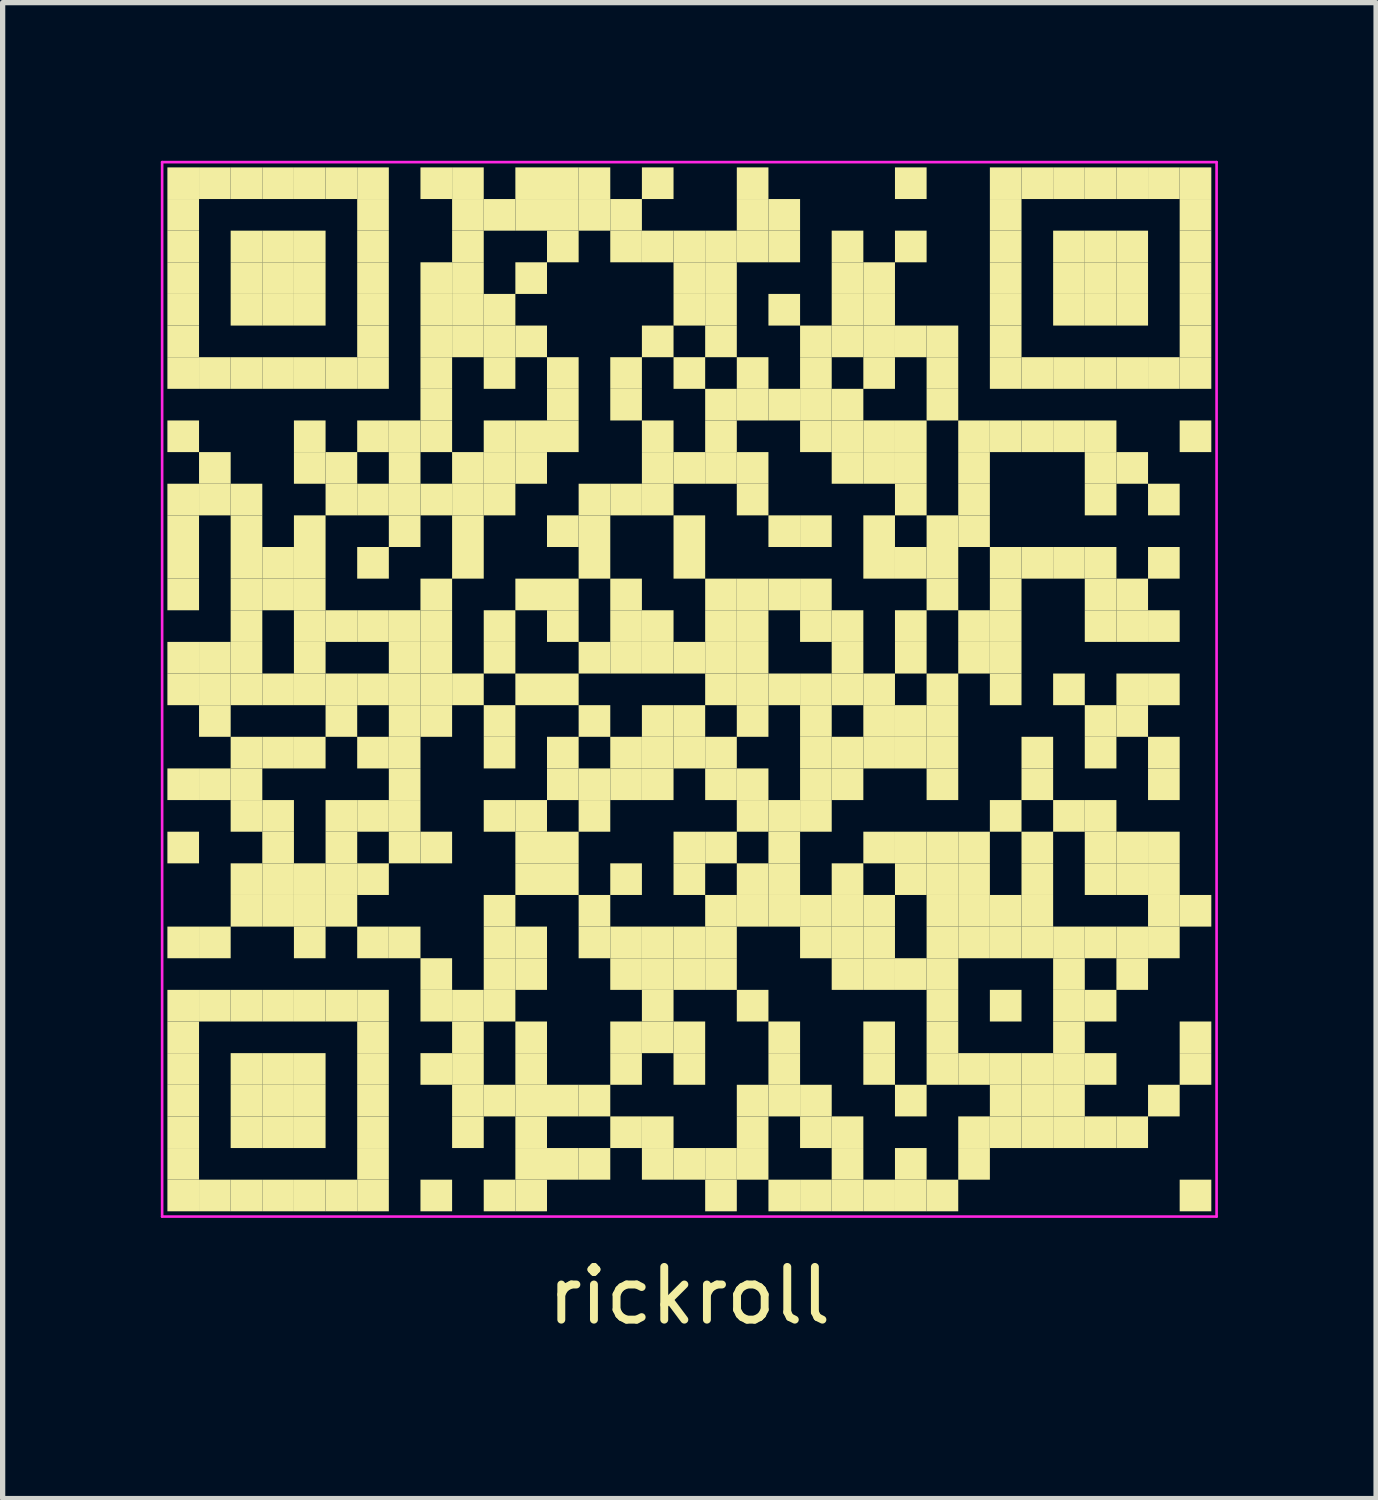
<source format=kicad_pcb>
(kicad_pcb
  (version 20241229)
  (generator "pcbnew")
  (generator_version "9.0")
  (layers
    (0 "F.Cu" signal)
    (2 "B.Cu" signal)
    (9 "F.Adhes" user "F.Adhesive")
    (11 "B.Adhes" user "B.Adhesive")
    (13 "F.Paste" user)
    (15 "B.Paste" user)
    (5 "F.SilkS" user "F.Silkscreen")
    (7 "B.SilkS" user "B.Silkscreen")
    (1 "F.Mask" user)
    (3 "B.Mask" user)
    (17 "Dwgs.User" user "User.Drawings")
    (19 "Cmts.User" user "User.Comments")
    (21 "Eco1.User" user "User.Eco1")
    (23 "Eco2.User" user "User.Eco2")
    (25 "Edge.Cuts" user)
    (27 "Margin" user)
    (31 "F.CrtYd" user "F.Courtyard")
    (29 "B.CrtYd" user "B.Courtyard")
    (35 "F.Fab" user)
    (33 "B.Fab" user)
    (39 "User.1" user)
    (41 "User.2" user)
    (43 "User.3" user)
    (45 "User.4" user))
  (footprint "rickroll"
    (layer "F.Cu")
    (at 10.025 10.025)
    (property "Reference" "rickroll" (at 0 11.5 0) (layer "F.SilkS") (effects (font (size 1 1) (thickness 0.15))))
    (fp_rect (start -9.9 -9.9) (end -9.3 -9.3) (stroke (width 0) (type default)) (fill yes) (layer "F.SilkS"))
    (fp_rect (start -9.9 -9.3) (end -9.3 -8.7) (stroke (width 0) (type default)) (fill yes) (layer "F.SilkS"))
    (fp_rect (start -9.9 -8.7) (end -9.3 -8.1) (stroke (width 0) (type default)) (fill yes) (layer "F.SilkS"))
    (fp_rect (start -9.9 -8.1) (end -9.3 -7.5) (stroke (width 0) (type default)) (fill yes) (layer "F.SilkS"))
    (fp_rect (start -9.9 -7.5) (end -9.3 -6.9) (stroke (width 0) (type default)) (fill yes) (layer "F.SilkS"))
    (fp_rect (start -9.9 -6.9) (end -9.3 -6.3) (stroke (width 0) (type default)) (fill yes) (layer "F.SilkS"))
    (fp_rect (start -9.9 -6.3) (end -9.3 -5.7) (stroke (width 0) (type default)) (fill yes) (layer "F.SilkS"))
    (fp_rect (start -9.9 -5.1) (end -9.3 -4.5) (stroke (width 0) (type default)) (fill yes) (layer "F.SilkS"))
    (fp_rect (start -9.9 -3.9) (end -9.3 -3.3) (stroke (width 0) (type default)) (fill yes) (layer "F.SilkS"))
    (fp_rect (start -9.9 -3.3) (end -9.3 -2.7) (stroke (width 0) (type default)) (fill yes) (layer "F.SilkS"))
    (fp_rect (start -9.9 -2.7) (end -9.3 -2.1) (stroke (width 0) (type default)) (fill yes) (layer "F.SilkS"))
    (fp_rect (start -9.9 -2.1) (end -9.3 -1.5) (stroke (width 0) (type default)) (fill yes) (layer "F.SilkS"))
    (fp_rect (start -9.9 -0.9) (end -9.3 -0.3) (stroke (width 0) (type default)) (fill yes) (layer "F.SilkS"))
    (fp_rect (start -9.9 -0.3) (end -9.3 0.3) (stroke (width 0) (type default)) (fill yes) (layer "F.SilkS"))
    (fp_rect (start -9.9 1.5) (end -9.3 2.1) (stroke (width 0) (type default)) (fill yes) (layer "F.SilkS"))
    (fp_rect (start -9.9 2.7) (end -9.3 3.3) (stroke (width 0) (type default)) (fill yes) (layer "F.SilkS"))
    (fp_rect (start -9.9 4.5) (end -9.3 5.1) (stroke (width 0) (type default)) (fill yes) (layer "F.SilkS"))
    (fp_rect (start -9.9 5.7) (end -9.3 6.3) (stroke (width 0) (type default)) (fill yes) (layer "F.SilkS"))
    (fp_rect (start -9.9 6.3) (end -9.3 6.9) (stroke (width 0) (type default)) (fill yes) (layer "F.SilkS"))
    (fp_rect (start -9.9 6.9) (end -9.3 7.5) (stroke (width 0) (type default)) (fill yes) (layer "F.SilkS"))
    (fp_rect (start -9.9 7.5) (end -9.3 8.1) (stroke (width 0) (type default)) (fill yes) (layer "F.SilkS"))
    (fp_rect (start -9.9 8.1) (end -9.3 8.7) (stroke (width 0) (type default)) (fill yes) (layer "F.SilkS"))
    (fp_rect (start -9.9 8.7) (end -9.3 9.3) (stroke (width 0) (type default)) (fill yes) (layer "F.SilkS"))
    (fp_rect (start -9.9 9.3) (end -9.3 9.9) (stroke (width 0) (type default)) (fill yes) (layer "F.SilkS"))
    (fp_rect (start -9.3 -9.9) (end -8.7 -9.3) (stroke (width 0) (type default)) (fill yes) (layer "F.SilkS"))
    (fp_rect (start -9.3 -6.3) (end -8.7 -5.7) (stroke (width 0) (type default)) (fill yes) (layer "F.SilkS"))
    (fp_rect (start -9.3 -4.5) (end -8.7 -3.9) (stroke (width 0) (type default)) (fill yes) (layer "F.SilkS"))
    (fp_rect (start -9.3 -3.9) (end -8.7 -3.3) (stroke (width 0) (type default)) (fill yes) (layer "F.SilkS"))
    (fp_rect (start -9.3 -0.9) (end -8.7 -0.3) (stroke (width 0) (type default)) (fill yes) (layer "F.SilkS"))
    (fp_rect (start -9.3 -0.3) (end -8.7 0.3) (stroke (width 0) (type default)) (fill yes) (layer "F.SilkS"))
    (fp_rect (start -9.3 0.3) (end -8.7 0.9) (stroke (width 0) (type default)) (fill yes) (layer "F.SilkS"))
    (fp_rect (start -9.3 1.5) (end -8.7 2.1) (stroke (width 0) (type default)) (fill yes) (layer "F.SilkS"))
    (fp_rect (start -9.3 4.5) (end -8.7 5.1) (stroke (width 0) (type default)) (fill yes) (layer "F.SilkS"))
    (fp_rect (start -9.3 5.7) (end -8.7 6.3) (stroke (width 0) (type default)) (fill yes) (layer "F.SilkS"))
    (fp_rect (start -9.3 9.3) (end -8.7 9.9) (stroke (width 0) (type default)) (fill yes) (layer "F.SilkS"))
    (fp_rect (start -8.7 -9.9) (end -8.1 -9.3) (stroke (width 0) (type default)) (fill yes) (layer "F.SilkS"))
    (fp_rect (start -8.7 -8.7) (end -8.1 -8.1) (stroke (width 0) (type default)) (fill yes) (layer "F.SilkS"))
    (fp_rect (start -8.7 -8.1) (end -8.1 -7.5) (stroke (width 0) (type default)) (fill yes) (layer "F.SilkS"))
    (fp_rect (start -8.7 -7.5) (end -8.1 -6.9) (stroke (width 0) (type default)) (fill yes) (layer "F.SilkS"))
    (fp_rect (start -8.7 -6.3) (end -8.1 -5.7) (stroke (width 0) (type default)) (fill yes) (layer "F.SilkS"))
    (fp_rect (start -8.7 -3.9) (end -8.1 -3.3) (stroke (width 0) (type default)) (fill yes) (layer "F.SilkS"))
    (fp_rect (start -8.7 -3.3) (end -8.1 -2.7) (stroke (width 0) (type default)) (fill yes) (layer "F.SilkS"))
    (fp_rect (start -8.7 -2.7) (end -8.1 -2.1) (stroke (width 0) (type default)) (fill yes) (layer "F.SilkS"))
    (fp_rect (start -8.7 -2.1) (end -8.1 -1.5) (stroke (width 0) (type default)) (fill yes) (layer "F.SilkS"))
    (fp_rect (start -8.7 -1.5) (end -8.1 -0.9) (stroke (width 0) (type default)) (fill yes) (layer "F.SilkS"))
    (fp_rect (start -8.7 -0.9) (end -8.1 -0.3) (stroke (width 0) (type default)) (fill yes) (layer "F.SilkS"))
    (fp_rect (start -8.7 -0.3) (end -8.1 0.3) (stroke (width 0) (type default)) (fill yes) (layer "F.SilkS"))
    (fp_rect (start -8.7 0.9) (end -8.1 1.5) (stroke (width 0) (type default)) (fill yes) (layer "F.SilkS"))
    (fp_rect (start -8.7 1.5) (end -8.1 2.1) (stroke (width 0) (type default)) (fill yes) (layer "F.SilkS"))
    (fp_rect (start -8.7 2.1) (end -8.1 2.7) (stroke (width 0) (type default)) (fill yes) (layer "F.SilkS"))
    (fp_rect (start -8.7 3.3) (end -8.1 3.9) (stroke (width 0) (type default)) (fill yes) (layer "F.SilkS"))
    (fp_rect (start -8.7 3.9) (end -8.1 4.5) (stroke (width 0) (type default)) (fill yes) (layer "F.SilkS"))
    (fp_rect (start -8.7 5.7) (end -8.1 6.3) (stroke (width 0) (type default)) (fill yes) (layer "F.SilkS"))
    (fp_rect (start -8.7 6.9) (end -8.1 7.5) (stroke (width 0) (type default)) (fill yes) (layer "F.SilkS"))
    (fp_rect (start -8.7 7.5) (end -8.1 8.1) (stroke (width 0) (type default)) (fill yes) (layer "F.SilkS"))
    (fp_rect (start -8.7 8.1) (end -8.1 8.7) (stroke (width 0) (type default)) (fill yes) (layer "F.SilkS"))
    (fp_rect (start -8.7 9.3) (end -8.1 9.9) (stroke (width 0) (type default)) (fill yes) (layer "F.SilkS"))
    (fp_rect (start -8.1 -9.9) (end -7.5 -9.3) (stroke (width 0) (type default)) (fill yes) (layer "F.SilkS"))
    (fp_rect (start -8.1 -8.7) (end -7.5 -8.1) (stroke (width 0) (type default)) (fill yes) (layer "F.SilkS"))
    (fp_rect (start -8.1 -8.1) (end -7.5 -7.5) (stroke (width 0) (type default)) (fill yes) (layer "F.SilkS"))
    (fp_rect (start -8.1 -7.5) (end -7.5 -6.9) (stroke (width 0) (type default)) (fill yes) (layer "F.SilkS"))
    (fp_rect (start -8.1 -6.3) (end -7.5 -5.7) (stroke (width 0) (type default)) (fill yes) (layer "F.SilkS"))
    (fp_rect (start -8.1 -2.7) (end -7.5 -2.1) (stroke (width 0) (type default)) (fill yes) (layer "F.SilkS"))
    (fp_rect (start -8.1 -2.1) (end -7.5 -1.5) (stroke (width 0) (type default)) (fill yes) (layer "F.SilkS"))
    (fp_rect (start -8.1 -0.3) (end -7.5 0.3) (stroke (width 0) (type default)) (fill yes) (layer "F.SilkS"))
    (fp_rect (start -8.1 0.9) (end -7.5 1.5) (stroke (width 0) (type default)) (fill yes) (layer "F.SilkS"))
    (fp_rect (start -8.1 2.1) (end -7.5 2.7) (stroke (width 0) (type default)) (fill yes) (layer "F.SilkS"))
    (fp_rect (start -8.1 2.7) (end -7.5 3.3) (stroke (width 0) (type default)) (fill yes) (layer "F.SilkS"))
    (fp_rect (start -8.1 3.3) (end -7.5 3.9) (stroke (width 0) (type default)) (fill yes) (layer "F.SilkS"))
    (fp_rect (start -8.1 3.9) (end -7.5 4.5) (stroke (width 0) (type default)) (fill yes) (layer "F.SilkS"))
    (fp_rect (start -8.1 5.7) (end -7.5 6.3) (stroke (width 0) (type default)) (fill yes) (layer "F.SilkS"))
    (fp_rect (start -8.1 6.9) (end -7.5 7.5) (stroke (width 0) (type default)) (fill yes) (layer "F.SilkS"))
    (fp_rect (start -8.1 7.5) (end -7.5 8.1) (stroke (width 0) (type default)) (fill yes) (layer "F.SilkS"))
    (fp_rect (start -8.1 8.1) (end -7.5 8.7) (stroke (width 0) (type default)) (fill yes) (layer "F.SilkS"))
    (fp_rect (start -8.1 9.3) (end -7.5 9.9) (stroke (width 0) (type default)) (fill yes) (layer "F.SilkS"))
    (fp_rect (start -7.5 -9.9) (end -6.9 -9.3) (stroke (width 0) (type default)) (fill yes) (layer "F.SilkS"))
    (fp_rect (start -7.5 -8.7) (end -6.9 -8.1) (stroke (width 0) (type default)) (fill yes) (layer "F.SilkS"))
    (fp_rect (start -7.5 -8.1) (end -6.9 -7.5) (stroke (width 0) (type default)) (fill yes) (layer "F.SilkS"))
    (fp_rect (start -7.5 -7.5) (end -6.9 -6.9) (stroke (width 0) (type default)) (fill yes) (layer "F.SilkS"))
    (fp_rect (start -7.5 -6.3) (end -6.9 -5.7) (stroke (width 0) (type default)) (fill yes) (layer "F.SilkS"))
    (fp_rect (start -7.5 -5.1) (end -6.9 -4.5) (stroke (width 0) (type default)) (fill yes) (layer "F.SilkS"))
    (fp_rect (start -7.5 -4.5) (end -6.9 -3.9) (stroke (width 0) (type default)) (fill yes) (layer "F.SilkS"))
    (fp_rect (start -7.5 -3.3) (end -6.9 -2.7) (stroke (width 0) (type default)) (fill yes) (layer "F.SilkS"))
    (fp_rect (start -7.5 -2.7) (end -6.9 -2.1) (stroke (width 0) (type default)) (fill yes) (layer "F.SilkS"))
    (fp_rect (start -7.5 -2.1) (end -6.9 -1.5) (stroke (width 0) (type default)) (fill yes) (layer "F.SilkS"))
    (fp_rect (start -7.5 -1.5) (end -6.9 -0.9) (stroke (width 0) (type default)) (fill yes) (layer "F.SilkS"))
    (fp_rect (start -7.5 -0.9) (end -6.9 -0.3) (stroke (width 0) (type default)) (fill yes) (layer "F.SilkS"))
    (fp_rect (start -7.5 -0.3) (end -6.9 0.3) (stroke (width 0) (type default)) (fill yes) (layer "F.SilkS"))
    (fp_rect (start -7.5 0.9) (end -6.9 1.5) (stroke (width 0) (type default)) (fill yes) (layer "F.SilkS"))
    (fp_rect (start -7.5 3.3) (end -6.9 3.9) (stroke (width 0) (type default)) (fill yes) (layer "F.SilkS"))
    (fp_rect (start -7.5 3.9) (end -6.9 4.5) (stroke (width 0) (type default)) (fill yes) (layer "F.SilkS"))
    (fp_rect (start -7.5 4.5) (end -6.9 5.1) (stroke (width 0) (type default)) (fill yes) (layer "F.SilkS"))
    (fp_rect (start -7.5 5.7) (end -6.9 6.3) (stroke (width 0) (type default)) (fill yes) (layer "F.SilkS"))
    (fp_rect (start -7.5 6.9) (end -6.9 7.5) (stroke (width 0) (type default)) (fill yes) (layer "F.SilkS"))
    (fp_rect (start -7.5 7.5) (end -6.9 8.1) (stroke (width 0) (type default)) (fill yes) (layer "F.SilkS"))
    (fp_rect (start -7.5 8.1) (end -6.9 8.7) (stroke (width 0) (type default)) (fill yes) (layer "F.SilkS"))
    (fp_rect (start -7.5 9.3) (end -6.9 9.9) (stroke (width 0) (type default)) (fill yes) (layer "F.SilkS"))
    (fp_rect (start -6.9 -9.9) (end -6.3 -9.3) (stroke (width 0) (type default)) (fill yes) (layer "F.SilkS"))
    (fp_rect (start -6.9 -6.3) (end -6.3 -5.7) (stroke (width 0) (type default)) (fill yes) (layer "F.SilkS"))
    (fp_rect (start -6.9 -4.5) (end -6.3 -3.9) (stroke (width 0) (type default)) (fill yes) (layer "F.SilkS"))
    (fp_rect (start -6.9 -3.9) (end -6.3 -3.3) (stroke (width 0) (type default)) (fill yes) (layer "F.SilkS"))
    (fp_rect (start -6.9 -1.5) (end -6.3 -0.9) (stroke (width 0) (type default)) (fill yes) (layer "F.SilkS"))
    (fp_rect (start -6.9 -0.3) (end -6.3 0.3) (stroke (width 0) (type default)) (fill yes) (layer "F.SilkS"))
    (fp_rect (start -6.9 0.3) (end -6.3 0.9) (stroke (width 0) (type default)) (fill yes) (layer "F.SilkS"))
    (fp_rect (start -6.9 2.1) (end -6.3 2.7) (stroke (width 0) (type default)) (fill yes) (layer "F.SilkS"))
    (fp_rect (start -6.9 2.7) (end -6.3 3.3) (stroke (width 0) (type default)) (fill yes) (layer "F.SilkS"))
    (fp_rect (start -6.9 3.3) (end -6.3 3.9) (stroke (width 0) (type default)) (fill yes) (layer "F.SilkS"))
    (fp_rect (start -6.9 3.9) (end -6.3 4.5) (stroke (width 0) (type default)) (fill yes) (layer "F.SilkS"))
    (fp_rect (start -6.9 5.7) (end -6.3 6.3) (stroke (width 0) (type default)) (fill yes) (layer "F.SilkS"))
    (fp_rect (start -6.9 9.3) (end -6.3 9.9) (stroke (width 0) (type default)) (fill yes) (layer "F.SilkS"))
    (fp_rect (start -6.3 -9.9) (end -5.7 -9.3) (stroke (width 0) (type default)) (fill yes) (layer "F.SilkS"))
    (fp_rect (start -6.3 -9.3) (end -5.7 -8.7) (stroke (width 0) (type default)) (fill yes) (layer "F.SilkS"))
    (fp_rect (start -6.3 -8.7) (end -5.7 -8.1) (stroke (width 0) (type default)) (fill yes) (layer "F.SilkS"))
    (fp_rect (start -6.3 -8.1) (end -5.7 -7.5) (stroke (width 0) (type default)) (fill yes) (layer "F.SilkS"))
    (fp_rect (start -6.3 -7.5) (end -5.7 -6.9) (stroke (width 0) (type default)) (fill yes) (layer "F.SilkS"))
    (fp_rect (start -6.3 -6.9) (end -5.7 -6.3) (stroke (width 0) (type default)) (fill yes) (layer "F.SilkS"))
    (fp_rect (start -6.3 -6.3) (end -5.7 -5.7) (stroke (width 0) (type default)) (fill yes) (layer "F.SilkS"))
    (fp_rect (start -6.3 -5.1) (end -5.7 -4.5) (stroke (width 0) (type default)) (fill yes) (layer "F.SilkS"))
    (fp_rect (start -6.3 -3.9) (end -5.7 -3.3) (stroke (width 0) (type default)) (fill yes) (layer "F.SilkS"))
    (fp_rect (start -6.3 -2.7) (end -5.7 -2.1) (stroke (width 0) (type default)) (fill yes) (layer "F.SilkS"))
    (fp_rect (start -6.3 -1.5) (end -5.7 -0.9) (stroke (width 0) (type default)) (fill yes) (layer "F.SilkS"))
    (fp_rect (start -6.3 -0.3) (end -5.7 0.3) (stroke (width 0) (type default)) (fill yes) (layer "F.SilkS"))
    (fp_rect (start -6.3 0.9) (end -5.7 1.5) (stroke (width 0) (type default)) (fill yes) (layer "F.SilkS"))
    (fp_rect (start -6.3 2.1) (end -5.7 2.7) (stroke (width 0) (type default)) (fill yes) (layer "F.SilkS"))
    (fp_rect (start -6.3 3.3) (end -5.7 3.9) (stroke (width 0) (type default)) (fill yes) (layer "F.SilkS"))
    (fp_rect (start -6.3 4.5) (end -5.7 5.1) (stroke (width 0) (type default)) (fill yes) (layer "F.SilkS"))
    (fp_rect (start -6.3 5.7) (end -5.7 6.3) (stroke (width 0) (type default)) (fill yes) (layer "F.SilkS"))
    (fp_rect (start -6.3 6.3) (end -5.7 6.9) (stroke (width 0) (type default)) (fill yes) (layer "F.SilkS"))
    (fp_rect (start -6.3 6.9) (end -5.7 7.5) (stroke (width 0) (type default)) (fill yes) (layer "F.SilkS"))
    (fp_rect (start -6.3 7.5) (end -5.7 8.1) (stroke (width 0) (type default)) (fill yes) (layer "F.SilkS"))
    (fp_rect (start -6.3 8.1) (end -5.7 8.7) (stroke (width 0) (type default)) (fill yes) (layer "F.SilkS"))
    (fp_rect (start -6.3 8.7) (end -5.7 9.3) (stroke (width 0) (type default)) (fill yes) (layer "F.SilkS"))
    (fp_rect (start -6.3 9.3) (end -5.7 9.9) (stroke (width 0) (type default)) (fill yes) (layer "F.SilkS"))
    (fp_rect (start -5.7 -5.1) (end -5.1 -4.5) (stroke (width 0) (type default)) (fill yes) (layer "F.SilkS"))
    (fp_rect (start -5.7 -4.5) (end -5.1 -3.9) (stroke (width 0) (type default)) (fill yes) (layer "F.SilkS"))
    (fp_rect (start -5.7 -3.9) (end -5.1 -3.3) (stroke (width 0) (type default)) (fill yes) (layer "F.SilkS"))
    (fp_rect (start -5.7 -3.3) (end -5.1 -2.7) (stroke (width 0) (type default)) (fill yes) (layer "F.SilkS"))
    (fp_rect (start -5.7 -1.5) (end -5.1 -0.9) (stroke (width 0) (type default)) (fill yes) (layer "F.SilkS"))
    (fp_rect (start -5.7 -0.9) (end -5.1 -0.3) (stroke (width 0) (type default)) (fill yes) (layer "F.SilkS"))
    (fp_rect (start -5.7 -0.3) (end -5.1 0.3) (stroke (width 0) (type default)) (fill yes) (layer "F.SilkS"))
    (fp_rect (start -5.7 0.3) (end -5.1 0.9) (stroke (width 0) (type default)) (fill yes) (layer "F.SilkS"))
    (fp_rect (start -5.7 0.9) (end -5.1 1.5) (stroke (width 0) (type default)) (fill yes) (layer "F.SilkS"))
    (fp_rect (start -5.7 1.5) (end -5.1 2.1) (stroke (width 0) (type default)) (fill yes) (layer "F.SilkS"))
    (fp_rect (start -5.7 2.1) (end -5.1 2.7) (stroke (width 0) (type default)) (fill yes) (layer "F.SilkS"))
    (fp_rect (start -5.7 2.7) (end -5.1 3.3) (stroke (width 0) (type default)) (fill yes) (layer "F.SilkS"))
    (fp_rect (start -5.7 4.5) (end -5.1 5.1) (stroke (width 0) (type default)) (fill yes) (layer "F.SilkS"))
    (fp_rect (start -5.1 -9.9) (end -4.5 -9.3) (stroke (width 0) (type default)) (fill yes) (layer "F.SilkS"))
    (fp_rect (start -5.1 -8.1) (end -4.5 -7.5) (stroke (width 0) (type default)) (fill yes) (layer "F.SilkS"))
    (fp_rect (start -5.1 -7.5) (end -4.5 -6.9) (stroke (width 0) (type default)) (fill yes) (layer "F.SilkS"))
    (fp_rect (start -5.1 -6.9) (end -4.5 -6.3) (stroke (width 0) (type default)) (fill yes) (layer "F.SilkS"))
    (fp_rect (start -5.1 -6.3) (end -4.5 -5.7) (stroke (width 0) (type default)) (fill yes) (layer "F.SilkS"))
    (fp_rect (start -5.1 -5.7) (end -4.5 -5.1) (stroke (width 0) (type default)) (fill yes) (layer "F.SilkS"))
    (fp_rect (start -5.1 -5.1) (end -4.5 -4.5) (stroke (width 0) (type default)) (fill yes) (layer "F.SilkS"))
    (fp_rect (start -5.1 -3.9) (end -4.5 -3.3) (stroke (width 0) (type default)) (fill yes) (layer "F.SilkS"))
    (fp_rect (start -5.1 -2.1) (end -4.5 -1.5) (stroke (width 0) (type default)) (fill yes) (layer "F.SilkS"))
    (fp_rect (start -5.1 -1.5) (end -4.5 -0.9) (stroke (width 0) (type default)) (fill yes) (layer "F.SilkS"))
    (fp_rect (start -5.1 -0.9) (end -4.5 -0.3) (stroke (width 0) (type default)) (fill yes) (layer "F.SilkS"))
    (fp_rect (start -5.1 -0.3) (end -4.5 0.3) (stroke (width 0) (type default)) (fill yes) (layer "F.SilkS"))
    (fp_rect (start -5.1 0.3) (end -4.5 0.9) (stroke (width 0) (type default)) (fill yes) (layer "F.SilkS"))
    (fp_rect (start -5.1 2.7) (end -4.5 3.3) (stroke (width 0) (type default)) (fill yes) (layer "F.SilkS"))
    (fp_rect (start -5.1 5.1) (end -4.5 5.7) (stroke (width 0) (type default)) (fill yes) (layer "F.SilkS"))
    (fp_rect (start -5.1 5.7) (end -4.5 6.3) (stroke (width 0) (type default)) (fill yes) (layer "F.SilkS"))
    (fp_rect (start -5.1 6.9) (end -4.5 7.5) (stroke (width 0) (type default)) (fill yes) (layer "F.SilkS"))
    (fp_rect (start -5.1 9.3) (end -4.5 9.9) (stroke (width 0) (type default)) (fill yes) (layer "F.SilkS"))
    (fp_rect (start -4.5 -9.9) (end -3.9 -9.3) (stroke (width 0) (type default)) (fill yes) (layer "F.SilkS"))
    (fp_rect (start -4.5 -9.3) (end -3.9 -8.7) (stroke (width 0) (type default)) (fill yes) (layer "F.SilkS"))
    (fp_rect (start -4.5 -8.7) (end -3.9 -8.1) (stroke (width 0) (type default)) (fill yes) (layer "F.SilkS"))
    (fp_rect (start -4.5 -8.1) (end -3.9 -7.5) (stroke (width 0) (type default)) (fill yes) (layer "F.SilkS"))
    (fp_rect (start -4.5 -7.5) (end -3.9 -6.9) (stroke (width 0) (type default)) (fill yes) (layer "F.SilkS"))
    (fp_rect (start -4.5 -6.9) (end -3.9 -6.3) (stroke (width 0) (type default)) (fill yes) (layer "F.SilkS"))
    (fp_rect (start -4.5 -4.5) (end -3.9 -3.9) (stroke (width 0) (type default)) (fill yes) (layer "F.SilkS"))
    (fp_rect (start -4.5 -3.9) (end -3.9 -3.3) (stroke (width 0) (type default)) (fill yes) (layer "F.SilkS"))
    (fp_rect (start -4.5 -3.3) (end -3.9 -2.7) (stroke (width 0) (type default)) (fill yes) (layer "F.SilkS"))
    (fp_rect (start -4.5 -2.7) (end -3.9 -2.1) (stroke (width 0) (type default)) (fill yes) (layer "F.SilkS"))
    (fp_rect (start -4.5 -0.3) (end -3.9 0.3) (stroke (width 0) (type default)) (fill yes) (layer "F.SilkS"))
    (fp_rect (start -4.5 5.7) (end -3.9 6.3) (stroke (width 0) (type default)) (fill yes) (layer "F.SilkS"))
    (fp_rect (start -4.5 6.3) (end -3.9 6.9) (stroke (width 0) (type default)) (fill yes) (layer "F.SilkS"))
    (fp_rect (start -4.5 6.9) (end -3.9 7.5) (stroke (width 0) (type default)) (fill yes) (layer "F.SilkS"))
    (fp_rect (start -4.5 7.5) (end -3.9 8.1) (stroke (width 0) (type default)) (fill yes) (layer "F.SilkS"))
    (fp_rect (start -4.5 8.1) (end -3.9 8.7) (stroke (width 0) (type default)) (fill yes) (layer "F.SilkS"))
    (fp_rect (start -3.9 -9.3) (end -3.3 -8.7) (stroke (width 0) (type default)) (fill yes) (layer "F.SilkS"))
    (fp_rect (start -3.9 -7.5) (end -3.3 -6.9) (stroke (width 0) (type default)) (fill yes) (layer "F.SilkS"))
    (fp_rect (start -3.9 -6.9) (end -3.3 -6.3) (stroke (width 0) (type default)) (fill yes) (layer "F.SilkS"))
    (fp_rect (start -3.9 -6.3) (end -3.3 -5.7) (stroke (width 0) (type default)) (fill yes) (layer "F.SilkS"))
    (fp_rect (start -3.9 -5.1) (end -3.3 -4.5) (stroke (width 0) (type default)) (fill yes) (layer "F.SilkS"))
    (fp_rect (start -3.9 -4.5) (end -3.3 -3.9) (stroke (width 0) (type default)) (fill yes) (layer "F.SilkS"))
    (fp_rect (start -3.9 -3.9) (end -3.3 -3.3) (stroke (width 0) (type default)) (fill yes) (layer "F.SilkS"))
    (fp_rect (start -3.9 -1.5) (end -3.3 -0.9) (stroke (width 0) (type default)) (fill yes) (layer "F.SilkS"))
    (fp_rect (start -3.9 -0.9) (end -3.3 -0.3) (stroke (width 0) (type default)) (fill yes) (layer "F.SilkS"))
    (fp_rect (start -3.9 0.3) (end -3.3 0.9) (stroke (width 0) (type default)) (fill yes) (layer "F.SilkS"))
    (fp_rect (start -3.9 0.9) (end -3.3 1.5) (stroke (width 0) (type default)) (fill yes) (layer "F.SilkS"))
    (fp_rect (start -3.9 2.1) (end -3.3 2.7) (stroke (width 0) (type default)) (fill yes) (layer "F.SilkS"))
    (fp_rect (start -3.9 3.9) (end -3.3 4.5) (stroke (width 0) (type default)) (fill yes) (layer "F.SilkS"))
    (fp_rect (start -3.9 4.5) (end -3.3 5.1) (stroke (width 0) (type default)) (fill yes) (layer "F.SilkS"))
    (fp_rect (start -3.9 5.1) (end -3.3 5.7) (stroke (width 0) (type default)) (fill yes) (layer "F.SilkS"))
    (fp_rect (start -3.9 5.7) (end -3.3 6.3) (stroke (width 0) (type default)) (fill yes) (layer "F.SilkS"))
    (fp_rect (start -3.9 7.5) (end -3.3 8.1) (stroke (width 0) (type default)) (fill yes) (layer "F.SilkS"))
    (fp_rect (start -3.9 9.3) (end -3.3 9.9) (stroke (width 0) (type default)) (fill yes) (layer "F.SilkS"))
    (fp_rect (start -3.3 -9.9) (end -2.7 -9.3) (stroke (width 0) (type default)) (fill yes) (layer "F.SilkS"))
    (fp_rect (start -3.3 -9.3) (end -2.7 -8.7) (stroke (width 0) (type default)) (fill yes) (layer "F.SilkS"))
    (fp_rect (start -3.3 -8.1) (end -2.7 -7.5) (stroke (width 0) (type default)) (fill yes) (layer "F.SilkS"))
    (fp_rect (start -3.3 -6.9) (end -2.7 -6.3) (stroke (width 0) (type default)) (fill yes) (layer "F.SilkS"))
    (fp_rect (start -3.3 -5.1) (end -2.7 -4.5) (stroke (width 0) (type default)) (fill yes) (layer "F.SilkS"))
    (fp_rect (start -3.3 -4.5) (end -2.7 -3.9) (stroke (width 0) (type default)) (fill yes) (layer "F.SilkS"))
    (fp_rect (start -3.3 -2.1) (end -2.7 -1.5) (stroke (width 0) (type default)) (fill yes) (layer "F.SilkS"))
    (fp_rect (start -3.3 -0.3) (end -2.7 0.3) (stroke (width 0) (type default)) (fill yes) (layer "F.SilkS"))
    (fp_rect (start -3.3 2.1) (end -2.7 2.7) (stroke (width 0) (type default)) (fill yes) (layer "F.SilkS"))
    (fp_rect (start -3.3 2.7) (end -2.7 3.3) (stroke (width 0) (type default)) (fill yes) (layer "F.SilkS"))
    (fp_rect (start -3.3 3.3) (end -2.7 3.9) (stroke (width 0) (type default)) (fill yes) (layer "F.SilkS"))
    (fp_rect (start -3.3 4.5) (end -2.7 5.1) (stroke (width 0) (type default)) (fill yes) (layer "F.SilkS"))
    (fp_rect (start -3.3 5.1) (end -2.7 5.7) (stroke (width 0) (type default)) (fill yes) (layer "F.SilkS"))
    (fp_rect (start -3.3 6.3) (end -2.7 6.9) (stroke (width 0) (type default)) (fill yes) (layer "F.SilkS"))
    (fp_rect (start -3.3 6.9) (end -2.7 7.5) (stroke (width 0) (type default)) (fill yes) (layer "F.SilkS"))
    (fp_rect (start -3.3 7.5) (end -2.7 8.1) (stroke (width 0) (type default)) (fill yes) (layer "F.SilkS"))
    (fp_rect (start -3.3 8.1) (end -2.7 8.7) (stroke (width 0) (type default)) (fill yes) (layer "F.SilkS"))
    (fp_rect (start -3.3 8.7) (end -2.7 9.3) (stroke (width 0) (type default)) (fill yes) (layer "F.SilkS"))
    (fp_rect (start -3.3 9.3) (end -2.7 9.9) (stroke (width 0) (type default)) (fill yes) (layer "F.SilkS"))
    (fp_rect (start -2.7 -9.9) (end -2.1 -9.3) (stroke (width 0) (type default)) (fill yes) (layer "F.SilkS"))
    (fp_rect (start -2.7 -9.3) (end -2.1 -8.7) (stroke (width 0) (type default)) (fill yes) (layer "F.SilkS"))
    (fp_rect (start -2.7 -8.7) (end -2.1 -8.1) (stroke (width 0) (type default)) (fill yes) (layer "F.SilkS"))
    (fp_rect (start -2.7 -6.3) (end -2.1 -5.7) (stroke (width 0) (type default)) (fill yes) (layer "F.SilkS"))
    (fp_rect (start -2.7 -5.7) (end -2.1 -5.1) (stroke (width 0) (type default)) (fill yes) (layer "F.SilkS"))
    (fp_rect (start -2.7 -5.1) (end -2.1 -4.5) (stroke (width 0) (type default)) (fill yes) (layer "F.SilkS"))
    (fp_rect (start -2.7 -3.3) (end -2.1 -2.7) (stroke (width 0) (type default)) (fill yes) (layer "F.SilkS"))
    (fp_rect (start -2.7 -2.1) (end -2.1 -1.5) (stroke (width 0) (type default)) (fill yes) (layer "F.SilkS"))
    (fp_rect (start -2.7 -1.5) (end -2.1 -0.9) (stroke (width 0) (type default)) (fill yes) (layer "F.SilkS"))
    (fp_rect (start -2.7 -0.3) (end -2.1 0.3) (stroke (width 0) (type default)) (fill yes) (layer "F.SilkS"))
    (fp_rect (start -2.7 0.9) (end -2.1 1.5) (stroke (width 0) (type default)) (fill yes) (layer "F.SilkS"))
    (fp_rect (start -2.7 1.5) (end -2.1 2.1) (stroke (width 0) (type default)) (fill yes) (layer "F.SilkS"))
    (fp_rect (start -2.7 2.7) (end -2.1 3.3) (stroke (width 0) (type default)) (fill yes) (layer "F.SilkS"))
    (fp_rect (start -2.7 3.3) (end -2.1 3.9) (stroke (width 0) (type default)) (fill yes) (layer "F.SilkS"))
    (fp_rect (start -2.7 7.5) (end -2.1 8.1) (stroke (width 0) (type default)) (fill yes) (layer "F.SilkS"))
    (fp_rect (start -2.7 8.7) (end -2.1 9.3) (stroke (width 0) (type default)) (fill yes) (layer "F.SilkS"))
    (fp_rect (start -2.1 -9.9) (end -1.5 -9.3) (stroke (width 0) (type default)) (fill yes) (layer "F.SilkS"))
    (fp_rect (start -2.1 -9.3) (end -1.5 -8.7) (stroke (width 0) (type default)) (fill yes) (layer "F.SilkS"))
    (fp_rect (start -2.1 -3.9) (end -1.5 -3.3) (stroke (width 0) (type default)) (fill yes) (layer "F.SilkS"))
    (fp_rect (start -2.1 -3.3) (end -1.5 -2.7) (stroke (width 0) (type default)) (fill yes) (layer "F.SilkS"))
    (fp_rect (start -2.1 -2.7) (end -1.5 -2.1) (stroke (width 0) (type default)) (fill yes) (layer "F.SilkS"))
    (fp_rect (start -2.1 -0.9) (end -1.5 -0.3) (stroke (width 0) (type default)) (fill yes) (layer "F.SilkS"))
    (fp_rect (start -2.1 0.3) (end -1.5 0.9) (stroke (width 0) (type default)) (fill yes) (layer "F.SilkS"))
    (fp_rect (start -2.1 1.5) (end -1.5 2.1) (stroke (width 0) (type default)) (fill yes) (layer "F.SilkS"))
    (fp_rect (start -2.1 2.1) (end -1.5 2.7) (stroke (width 0) (type default)) (fill yes) (layer "F.SilkS"))
    (fp_rect (start -2.1 3.9) (end -1.5 4.5) (stroke (width 0) (type default)) (fill yes) (layer "F.SilkS"))
    (fp_rect (start -2.1 4.5) (end -1.5 5.1) (stroke (width 0) (type default)) (fill yes) (layer "F.SilkS"))
    (fp_rect (start -2.1 7.5) (end -1.5 8.1) (stroke (width 0) (type default)) (fill yes) (layer "F.SilkS"))
    (fp_rect (start -2.1 8.7) (end -1.5 9.3) (stroke (width 0) (type default)) (fill yes) (layer "F.SilkS"))
    (fp_rect (start -1.5 -9.3) (end -0.9 -8.7) (stroke (width 0) (type default)) (fill yes) (layer "F.SilkS"))
    (fp_rect (start -1.5 -8.7) (end -0.9 -8.1) (stroke (width 0) (type default)) (fill yes) (layer "F.SilkS"))
    (fp_rect (start -1.5 -6.3) (end -0.9 -5.7) (stroke (width 0) (type default)) (fill yes) (layer "F.SilkS"))
    (fp_rect (start -1.5 -5.7) (end -0.9 -5.1) (stroke (width 0) (type default)) (fill yes) (layer "F.SilkS"))
    (fp_rect (start -1.5 -3.9) (end -0.9 -3.3) (stroke (width 0) (type default)) (fill yes) (layer "F.SilkS"))
    (fp_rect (start -1.5 -2.1) (end -0.9 -1.5) (stroke (width 0) (type default)) (fill yes) (layer "F.SilkS"))
    (fp_rect (start -1.5 -1.5) (end -0.9 -0.9) (stroke (width 0) (type default)) (fill yes) (layer "F.SilkS"))
    (fp_rect (start -1.5 -0.9) (end -0.9 -0.3) (stroke (width 0) (type default)) (fill yes) (layer "F.SilkS"))
    (fp_rect (start -1.5 0.9) (end -0.9 1.5) (stroke (width 0) (type default)) (fill yes) (layer "F.SilkS"))
    (fp_rect (start -1.5 1.5) (end -0.9 2.1) (stroke (width 0) (type default)) (fill yes) (layer "F.SilkS"))
    (fp_rect (start -1.5 3.3) (end -0.9 3.9) (stroke (width 0) (type default)) (fill yes) (layer "F.SilkS"))
    (fp_rect (start -1.5 4.5) (end -0.9 5.1) (stroke (width 0) (type default)) (fill yes) (layer "F.SilkS"))
    (fp_rect (start -1.5 5.1) (end -0.9 5.7) (stroke (width 0) (type default)) (fill yes) (layer "F.SilkS"))
    (fp_rect (start -1.5 6.3) (end -0.9 6.9) (stroke (width 0) (type default)) (fill yes) (layer "F.SilkS"))
    (fp_rect (start -1.5 6.9) (end -0.9 7.5) (stroke (width 0) (type default)) (fill yes) (layer "F.SilkS"))
    (fp_rect (start -1.5 8.1) (end -0.9 8.7) (stroke (width 0) (type default)) (fill yes) (layer "F.SilkS"))
    (fp_rect (start -0.9 -9.9) (end -0.3 -9.3) (stroke (width 0) (type default)) (fill yes) (layer "F.SilkS"))
    (fp_rect (start -0.9 -8.7) (end -0.3 -8.1) (stroke (width 0) (type default)) (fill yes) (layer "F.SilkS"))
    (fp_rect (start -0.9 -6.9) (end -0.3 -6.3) (stroke (width 0) (type default)) (fill yes) (layer "F.SilkS"))
    (fp_rect (start -0.9 -5.1) (end -0.3 -4.5) (stroke (width 0) (type default)) (fill yes) (layer "F.SilkS"))
    (fp_rect (start -0.9 -4.5) (end -0.3 -3.9) (stroke (width 0) (type default)) (fill yes) (layer "F.SilkS"))
    (fp_rect (start -0.9 -3.9) (end -0.3 -3.3) (stroke (width 0) (type default)) (fill yes) (layer "F.SilkS"))
    (fp_rect (start -0.9 -1.5) (end -0.3 -0.9) (stroke (width 0) (type default)) (fill yes) (layer "F.SilkS"))
    (fp_rect (start -0.9 -0.9) (end -0.3 -0.3) (stroke (width 0) (type default)) (fill yes) (layer "F.SilkS"))
    (fp_rect (start -0.9 0.3) (end -0.3 0.9) (stroke (width 0) (type default)) (fill yes) (layer "F.SilkS"))
    (fp_rect (start -0.9 0.9) (end -0.3 1.5) (stroke (width 0) (type default)) (fill yes) (layer "F.SilkS"))
    (fp_rect (start -0.9 1.5) (end -0.3 2.1) (stroke (width 0) (type default)) (fill yes) (layer "F.SilkS"))
    (fp_rect (start -0.9 4.5) (end -0.3 5.1) (stroke (width 0) (type default)) (fill yes) (layer "F.SilkS"))
    (fp_rect (start -0.9 5.1) (end -0.3 5.7) (stroke (width 0) (type default)) (fill yes) (layer "F.SilkS"))
    (fp_rect (start -0.9 5.7) (end -0.3 6.3) (stroke (width 0) (type default)) (fill yes) (layer "F.SilkS"))
    (fp_rect (start -0.9 6.3) (end -0.3 6.9) (stroke (width 0) (type default)) (fill yes) (layer "F.SilkS"))
    (fp_rect (start -0.9 8.1) (end -0.3 8.7) (stroke (width 0) (type default)) (fill yes) (layer "F.SilkS"))
    (fp_rect (start -0.9 8.7) (end -0.3 9.3) (stroke (width 0) (type default)) (fill yes) (layer "F.SilkS"))
    (fp_rect (start -0.3 -8.7) (end 0.3 -8.1) (stroke (width 0) (type default)) (fill yes) (layer "F.SilkS"))
    (fp_rect (start -0.3 -8.1) (end 0.3 -7.5) (stroke (width 0) (type default)) (fill yes) (layer "F.SilkS"))
    (fp_rect (start -0.3 -7.5) (end 0.3 -6.9) (stroke (width 0) (type default)) (fill yes) (layer "F.SilkS"))
    (fp_rect (start -0.3 -6.3) (end 0.3 -5.7) (stroke (width 0) (type default)) (fill yes) (layer "F.SilkS"))
    (fp_rect (start -0.3 -4.5) (end 0.3 -3.9) (stroke (width 0) (type default)) (fill yes) (layer "F.SilkS"))
    (fp_rect (start -0.3 -3.3) (end 0.3 -2.7) (stroke (width 0) (type default)) (fill yes) (layer "F.SilkS"))
    (fp_rect (start -0.3 -2.7) (end 0.3 -2.1) (stroke (width 0) (type default)) (fill yes) (layer "F.SilkS"))
    (fp_rect (start -0.3 -0.9) (end 0.3 -0.3) (stroke (width 0) (type default)) (fill yes) (layer "F.SilkS"))
    (fp_rect (start -0.3 0.3) (end 0.3 0.9) (stroke (width 0) (type default)) (fill yes) (layer "F.SilkS"))
    (fp_rect (start -0.3 0.9) (end 0.3 1.5) (stroke (width 0) (type default)) (fill yes) (layer "F.SilkS"))
    (fp_rect (start -0.3 2.7) (end 0.3 3.3) (stroke (width 0) (type default)) (fill yes) (layer "F.SilkS"))
    (fp_rect (start -0.3 3.3) (end 0.3 3.9) (stroke (width 0) (type default)) (fill yes) (layer "F.SilkS"))
    (fp_rect (start -0.3 4.5) (end 0.3 5.1) (stroke (width 0) (type default)) (fill yes) (layer "F.SilkS"))
    (fp_rect (start -0.3 5.1) (end 0.3 5.7) (stroke (width 0) (type default)) (fill yes) (layer "F.SilkS"))
    (fp_rect (start -0.3 6.3) (end 0.3 6.9) (stroke (width 0) (type default)) (fill yes) (layer "F.SilkS"))
    (fp_rect (start -0.3 6.9) (end 0.3 7.5) (stroke (width 0) (type default)) (fill yes) (layer "F.SilkS"))
    (fp_rect (start -0.3 8.7) (end 0.3 9.3) (stroke (width 0) (type default)) (fill yes) (layer "F.SilkS"))
    (fp_rect (start 0.3 -8.7) (end 0.9 -8.1) (stroke (width 0) (type default)) (fill yes) (layer "F.SilkS"))
    (fp_rect (start 0.3 -8.1) (end 0.9 -7.5) (stroke (width 0) (type default)) (fill yes) (layer "F.SilkS"))
    (fp_rect (start 0.3 -7.5) (end 0.9 -6.9) (stroke (width 0) (type default)) (fill yes) (layer "F.SilkS"))
    (fp_rect (start 0.3 -6.9) (end 0.9 -6.3) (stroke (width 0) (type default)) (fill yes) (layer "F.SilkS"))
    (fp_rect (start 0.3 -5.7) (end 0.9 -5.1) (stroke (width 0) (type default)) (fill yes) (layer "F.SilkS"))
    (fp_rect (start 0.3 -5.1) (end 0.9 -4.5) (stroke (width 0) (type default)) (fill yes) (layer "F.SilkS"))
    (fp_rect (start 0.3 -4.5) (end 0.9 -3.9) (stroke (width 0) (type default)) (fill yes) (layer "F.SilkS"))
    (fp_rect (start 0.3 -2.1) (end 0.9 -1.5) (stroke (width 0) (type default)) (fill yes) (layer "F.SilkS"))
    (fp_rect (start 0.3 -1.5) (end 0.9 -0.9) (stroke (width 0) (type default)) (fill yes) (layer "F.SilkS"))
    (fp_rect (start 0.3 -0.9) (end 0.9 -0.3) (stroke (width 0) (type default)) (fill yes) (layer "F.SilkS"))
    (fp_rect (start 0.3 -0.3) (end 0.9 0.3) (stroke (width 0) (type default)) (fill yes) (layer "F.SilkS"))
    (fp_rect (start 0.3 0.9) (end 0.9 1.5) (stroke (width 0) (type default)) (fill yes) (layer "F.SilkS"))
    (fp_rect (start 0.3 1.5) (end 0.9 2.1) (stroke (width 0) (type default)) (fill yes) (layer "F.SilkS"))
    (fp_rect (start 0.3 2.7) (end 0.9 3.3) (stroke (width 0) (type default)) (fill yes) (layer "F.SilkS"))
    (fp_rect (start 0.3 3.9) (end 0.9 4.5) (stroke (width 0) (type default)) (fill yes) (layer "F.SilkS"))
    (fp_rect (start 0.3 4.5) (end 0.9 5.1) (stroke (width 0) (type default)) (fill yes) (layer "F.SilkS"))
    (fp_rect (start 0.3 5.1) (end 0.9 5.7) (stroke (width 0) (type default)) (fill yes) (layer "F.SilkS"))
    (fp_rect (start 0.3 8.7) (end 0.9 9.3) (stroke (width 0) (type default)) (fill yes) (layer "F.SilkS"))
    (fp_rect (start 0.3 9.3) (end 0.9 9.9) (stroke (width 0) (type default)) (fill yes) (layer "F.SilkS"))
    (fp_rect (start 0.9 -9.9) (end 1.5 -9.3) (stroke (width 0) (type default)) (fill yes) (layer "F.SilkS"))
    (fp_rect (start 0.9 -9.3) (end 1.5 -8.7) (stroke (width 0) (type default)) (fill yes) (layer "F.SilkS"))
    (fp_rect (start 0.9 -8.7) (end 1.5 -8.1) (stroke (width 0) (type default)) (fill yes) (layer "F.SilkS"))
    (fp_rect (start 0.9 -6.3) (end 1.5 -5.7) (stroke (width 0) (type default)) (fill yes) (layer "F.SilkS"))
    (fp_rect (start 0.9 -5.7) (end 1.5 -5.1) (stroke (width 0) (type default)) (fill yes) (layer "F.SilkS"))
    (fp_rect (start 0.9 -4.5) (end 1.5 -3.9) (stroke (width 0) (type default)) (fill yes) (layer "F.SilkS"))
    (fp_rect (start 0.9 -3.9) (end 1.5 -3.3) (stroke (width 0) (type default)) (fill yes) (layer "F.SilkS"))
    (fp_rect (start 0.9 -2.1) (end 1.5 -1.5) (stroke (width 0) (type default)) (fill yes) (layer "F.SilkS"))
    (fp_rect (start 0.9 -1.5) (end 1.5 -0.9) (stroke (width 0) (type default)) (fill yes) (layer "F.SilkS"))
    (fp_rect (start 0.9 -0.9) (end 1.5 -0.3) (stroke (width 0) (type default)) (fill yes) (layer "F.SilkS"))
    (fp_rect (start 0.9 -0.3) (end 1.5 0.3) (stroke (width 0) (type default)) (fill yes) (layer "F.SilkS"))
    (fp_rect (start 0.9 0.3) (end 1.5 0.9) (stroke (width 0) (type default)) (fill yes) (layer "F.SilkS"))
    (fp_rect (start 0.9 1.5) (end 1.5 2.1) (stroke (width 0) (type default)) (fill yes) (layer "F.SilkS"))
    (fp_rect (start 0.9 2.1) (end 1.5 2.7) (stroke (width 0) (type default)) (fill yes) (layer "F.SilkS"))
    (fp_rect (start 0.9 3.3) (end 1.5 3.9) (stroke (width 0) (type default)) (fill yes) (layer "F.SilkS"))
    (fp_rect (start 0.9 3.9) (end 1.5 4.5) (stroke (width 0) (type default)) (fill yes) (layer "F.SilkS"))
    (fp_rect (start 0.9 5.7) (end 1.5 6.3) (stroke (width 0) (type default)) (fill yes) (layer "F.SilkS"))
    (fp_rect (start 0.9 7.5) (end 1.5 8.1) (stroke (width 0) (type default)) (fill yes) (layer "F.SilkS"))
    (fp_rect (start 0.9 8.1) (end 1.5 8.7) (stroke (width 0) (type default)) (fill yes) (layer "F.SilkS"))
    (fp_rect (start 0.9 8.7) (end 1.5 9.3) (stroke (width 0) (type default)) (fill yes) (layer "F.SilkS"))
    (fp_rect (start 1.5 -9.3) (end 2.1 -8.7) (stroke (width 0) (type default)) (fill yes) (layer "F.SilkS"))
    (fp_rect (start 1.5 -8.7) (end 2.1 -8.1) (stroke (width 0) (type default)) (fill yes) (layer "F.SilkS"))
    (fp_rect (start 1.5 -7.5) (end 2.1 -6.9) (stroke (width 0) (type default)) (fill yes) (layer "F.SilkS"))
    (fp_rect (start 1.5 -5.7) (end 2.1 -5.1) (stroke (width 0) (type default)) (fill yes) (layer "F.SilkS"))
    (fp_rect (start 1.5 -3.3) (end 2.1 -2.7) (stroke (width 0) (type default)) (fill yes) (layer "F.SilkS"))
    (fp_rect (start 1.5 -2.1) (end 2.1 -1.5) (stroke (width 0) (type default)) (fill yes) (layer "F.SilkS"))
    (fp_rect (start 1.5 -0.3) (end 2.1 0.3) (stroke (width 0) (type default)) (fill yes) (layer "F.SilkS"))
    (fp_rect (start 1.5 2.1) (end 2.1 2.7) (stroke (width 0) (type default)) (fill yes) (layer "F.SilkS"))
    (fp_rect (start 1.5 2.7) (end 2.1 3.3) (stroke (width 0) (type default)) (fill yes) (layer "F.SilkS"))
    (fp_rect (start 1.5 3.3) (end 2.1 3.9) (stroke (width 0) (type default)) (fill yes) (layer "F.SilkS"))
    (fp_rect (start 1.5 3.9) (end 2.1 4.5) (stroke (width 0) (type default)) (fill yes) (layer "F.SilkS"))
    (fp_rect (start 1.5 6.3) (end 2.1 6.9) (stroke (width 0) (type default)) (fill yes) (layer "F.SilkS"))
    (fp_rect (start 1.5 6.9) (end 2.1 7.5) (stroke (width 0) (type default)) (fill yes) (layer "F.SilkS"))
    (fp_rect (start 1.5 7.5) (end 2.1 8.1) (stroke (width 0) (type default)) (fill yes) (layer "F.SilkS"))
    (fp_rect (start 1.5 9.3) (end 2.1 9.9) (stroke (width 0) (type default)) (fill yes) (layer "F.SilkS"))
    (fp_rect (start 2.1 -6.9) (end 2.7 -6.3) (stroke (width 0) (type default)) (fill yes) (layer "F.SilkS"))
    (fp_rect (start 2.1 -6.3) (end 2.7 -5.7) (stroke (width 0) (type default)) (fill yes) (layer "F.SilkS"))
    (fp_rect (start 2.1 -5.7) (end 2.7 -5.1) (stroke (width 0) (type default)) (fill yes) (layer "F.SilkS"))
    (fp_rect (start 2.1 -5.1) (end 2.7 -4.5) (stroke (width 0) (type default)) (fill yes) (layer "F.SilkS"))
    (fp_rect (start 2.1 -3.3) (end 2.7 -2.7) (stroke (width 0) (type default)) (fill yes) (layer "F.SilkS"))
    (fp_rect (start 2.1 -2.1) (end 2.7 -1.5) (stroke (width 0) (type default)) (fill yes) (layer "F.SilkS"))
    (fp_rect (start 2.1 -1.5) (end 2.7 -0.9) (stroke (width 0) (type default)) (fill yes) (layer "F.SilkS"))
    (fp_rect (start 2.1 -0.3) (end 2.7 0.3) (stroke (width 0) (type default)) (fill yes) (layer "F.SilkS"))
    (fp_rect (start 2.1 0.3) (end 2.7 0.9) (stroke (width 0) (type default)) (fill yes) (layer "F.SilkS"))
    (fp_rect (start 2.1 0.9) (end 2.7 1.5) (stroke (width 0) (type default)) (fill yes) (layer "F.SilkS"))
    (fp_rect (start 2.1 1.5) (end 2.7 2.1) (stroke (width 0) (type default)) (fill yes) (layer "F.SilkS"))
    (fp_rect (start 2.1 2.1) (end 2.7 2.7) (stroke (width 0) (type default)) (fill yes) (layer "F.SilkS"))
    (fp_rect (start 2.1 3.9) (end 2.7 4.5) (stroke (width 0) (type default)) (fill yes) (layer "F.SilkS"))
    (fp_rect (start 2.1 4.5) (end 2.7 5.1) (stroke (width 0) (type default)) (fill yes) (layer "F.SilkS"))
    (fp_rect (start 2.1 7.5) (end 2.7 8.1) (stroke (width 0) (type default)) (fill yes) (layer "F.SilkS"))
    (fp_rect (start 2.1 8.1) (end 2.7 8.7) (stroke (width 0) (type default)) (fill yes) (layer "F.SilkS"))
    (fp_rect (start 2.1 9.3) (end 2.7 9.9) (stroke (width 0) (type default)) (fill yes) (layer "F.SilkS"))
    (fp_rect (start 2.7 -8.7) (end 3.3 -8.1) (stroke (width 0) (type default)) (fill yes) (layer "F.SilkS"))
    (fp_rect (start 2.7 -8.1) (end 3.3 -7.5) (stroke (width 0) (type default)) (fill yes) (layer "F.SilkS"))
    (fp_rect (start 2.7 -7.5) (end 3.3 -6.9) (stroke (width 0) (type default)) (fill yes) (layer "F.SilkS"))
    (fp_rect (start 2.7 -6.9) (end 3.3 -6.3) (stroke (width 0) (type default)) (fill yes) (layer "F.SilkS"))
    (fp_rect (start 2.7 -5.7) (end 3.3 -5.1) (stroke (width 0) (type default)) (fill yes) (layer "F.SilkS"))
    (fp_rect (start 2.7 -5.1) (end 3.3 -4.5) (stroke (width 0) (type default)) (fill yes) (layer "F.SilkS"))
    (fp_rect (start 2.7 -4.5) (end 3.3 -3.9) (stroke (width 0) (type default)) (fill yes) (layer "F.SilkS"))
    (fp_rect (start 2.7 -1.5) (end 3.3 -0.9) (stroke (width 0) (type default)) (fill yes) (layer "F.SilkS"))
    (fp_rect (start 2.7 -0.9) (end 3.3 -0.3) (stroke (width 0) (type default)) (fill yes) (layer "F.SilkS"))
    (fp_rect (start 2.7 -0.3) (end 3.3 0.3) (stroke (width 0) (type default)) (fill yes) (layer "F.SilkS"))
    (fp_rect (start 2.7 0.9) (end 3.3 1.5) (stroke (width 0) (type default)) (fill yes) (layer "F.SilkS"))
    (fp_rect (start 2.7 1.5) (end 3.3 2.1) (stroke (width 0) (type default)) (fill yes) (layer "F.SilkS"))
    (fp_rect (start 2.7 3.3) (end 3.3 3.9) (stroke (width 0) (type default)) (fill yes) (layer "F.SilkS"))
    (fp_rect (start 2.7 3.9) (end 3.3 4.5) (stroke (width 0) (type default)) (fill yes) (layer "F.SilkS"))
    (fp_rect (start 2.7 4.5) (end 3.3 5.1) (stroke (width 0) (type default)) (fill yes) (layer "F.SilkS"))
    (fp_rect (start 2.7 5.1) (end 3.3 5.7) (stroke (width 0) (type default)) (fill yes) (layer "F.SilkS"))
    (fp_rect (start 2.7 8.1) (end 3.3 8.7) (stroke (width 0) (type default)) (fill yes) (layer "F.SilkS"))
    (fp_rect (start 2.7 8.7) (end 3.3 9.3) (stroke (width 0) (type default)) (fill yes) (layer "F.SilkS"))
    (fp_rect (start 2.7 9.3) (end 3.3 9.9) (stroke (width 0) (type default)) (fill yes) (layer "F.SilkS"))
    (fp_rect (start 3.3 -8.1) (end 3.9 -7.5) (stroke (width 0) (type default)) (fill yes) (layer "F.SilkS"))
    (fp_rect (start 3.3 -7.5) (end 3.9 -6.9) (stroke (width 0) (type default)) (fill yes) (layer "F.SilkS"))
    (fp_rect (start 3.3 -6.9) (end 3.9 -6.3) (stroke (width 0) (type default)) (fill yes) (layer "F.SilkS"))
    (fp_rect (start 3.3 -6.3) (end 3.9 -5.7) (stroke (width 0) (type default)) (fill yes) (layer "F.SilkS"))
    (fp_rect (start 3.3 -5.1) (end 3.9 -4.5) (stroke (width 0) (type default)) (fill yes) (layer "F.SilkS"))
    (fp_rect (start 3.3 -4.5) (end 3.9 -3.9) (stroke (width 0) (type default)) (fill yes) (layer "F.SilkS"))
    (fp_rect (start 3.3 -3.3) (end 3.9 -2.7) (stroke (width 0) (type default)) (fill yes) (layer "F.SilkS"))
    (fp_rect (start 3.3 -2.7) (end 3.9 -2.1) (stroke (width 0) (type default)) (fill yes) (layer "F.SilkS"))
    (fp_rect (start 3.3 -0.3) (end 3.9 0.3) (stroke (width 0) (type default)) (fill yes) (layer "F.SilkS"))
    (fp_rect (start 3.3 0.3) (end 3.9 0.9) (stroke (width 0) (type default)) (fill yes) (layer "F.SilkS"))
    (fp_rect (start 3.3 0.9) (end 3.9 1.5) (stroke (width 0) (type default)) (fill yes) (layer "F.SilkS"))
    (fp_rect (start 3.3 2.7) (end 3.9 3.3) (stroke (width 0) (type default)) (fill yes) (layer "F.SilkS"))
    (fp_rect (start 3.3 3.9) (end 3.9 4.5) (stroke (width 0) (type default)) (fill yes) (layer "F.SilkS"))
    (fp_rect (start 3.3 4.5) (end 3.9 5.1) (stroke (width 0) (type default)) (fill yes) (layer "F.SilkS"))
    (fp_rect (start 3.3 5.1) (end 3.9 5.7) (stroke (width 0) (type default)) (fill yes) (layer "F.SilkS"))
    (fp_rect (start 3.3 6.3) (end 3.9 6.9) (stroke (width 0) (type default)) (fill yes) (layer "F.SilkS"))
    (fp_rect (start 3.3 6.9) (end 3.9 7.5) (stroke (width 0) (type default)) (fill yes) (layer "F.SilkS"))
    (fp_rect (start 3.3 9.3) (end 3.9 9.9) (stroke (width 0) (type default)) (fill yes) (layer "F.SilkS"))
    (fp_rect (start 3.9 -9.9) (end 4.5 -9.3) (stroke (width 0) (type default)) (fill yes) (layer "F.SilkS"))
    (fp_rect (start 3.9 -8.7) (end 4.5 -8.1) (stroke (width 0) (type default)) (fill yes) (layer "F.SilkS"))
    (fp_rect (start 3.9 -6.9) (end 4.5 -6.3) (stroke (width 0) (type default)) (fill yes) (layer "F.SilkS"))
    (fp_rect (start 3.9 -5.1) (end 4.5 -4.5) (stroke (width 0) (type default)) (fill yes) (layer "F.SilkS"))
    (fp_rect (start 3.9 -4.5) (end 4.5 -3.9) (stroke (width 0) (type default)) (fill yes) (layer "F.SilkS"))
    (fp_rect (start 3.9 -3.9) (end 4.5 -3.3) (stroke (width 0) (type default)) (fill yes) (layer "F.SilkS"))
    (fp_rect (start 3.9 -2.7) (end 4.5 -2.1) (stroke (width 0) (type default)) (fill yes) (layer "F.SilkS"))
    (fp_rect (start 3.9 -1.5) (end 4.5 -0.9) (stroke (width 0) (type default)) (fill yes) (layer "F.SilkS"))
    (fp_rect (start 3.9 -0.9) (end 4.5 -0.3) (stroke (width 0) (type default)) (fill yes) (layer "F.SilkS"))
    (fp_rect (start 3.9 0.3) (end 4.5 0.9) (stroke (width 0) (type default)) (fill yes) (layer "F.SilkS"))
    (fp_rect (start 3.9 0.9) (end 4.5 1.5) (stroke (width 0) (type default)) (fill yes) (layer "F.SilkS"))
    (fp_rect (start 3.9 2.7) (end 4.5 3.3) (stroke (width 0) (type default)) (fill yes) (layer "F.SilkS"))
    (fp_rect (start 3.9 3.3) (end 4.5 3.9) (stroke (width 0) (type default)) (fill yes) (layer "F.SilkS"))
    (fp_rect (start 3.9 5.1) (end 4.5 5.7) (stroke (width 0) (type default)) (fill yes) (layer "F.SilkS"))
    (fp_rect (start 3.9 7.5) (end 4.5 8.1) (stroke (width 0) (type default)) (fill yes) (layer "F.SilkS"))
    (fp_rect (start 3.9 8.7) (end 4.5 9.3) (stroke (width 0) (type default)) (fill yes) (layer "F.SilkS"))
    (fp_rect (start 3.9 9.3) (end 4.5 9.9) (stroke (width 0) (type default)) (fill yes) (layer "F.SilkS"))
    (fp_rect (start 4.5 -6.9) (end 5.1 -6.3) (stroke (width 0) (type default)) (fill yes) (layer "F.SilkS"))
    (fp_rect (start 4.5 -6.3) (end 5.1 -5.7) (stroke (width 0) (type default)) (fill yes) (layer "F.SilkS"))
    (fp_rect (start 4.5 -5.7) (end 5.1 -5.1) (stroke (width 0) (type default)) (fill yes) (layer "F.SilkS"))
    (fp_rect (start 4.5 -3.3) (end 5.1 -2.7) (stroke (width 0) (type default)) (fill yes) (layer "F.SilkS"))
    (fp_rect (start 4.5 -2.7) (end 5.1 -2.1) (stroke (width 0) (type default)) (fill yes) (layer "F.SilkS"))
    (fp_rect (start 4.5 -2.1) (end 5.1 -1.5) (stroke (width 0) (type default)) (fill yes) (layer "F.SilkS"))
    (fp_rect (start 4.5 -0.3) (end 5.1 0.3) (stroke (width 0) (type default)) (fill yes) (layer "F.SilkS"))
    (fp_rect (start 4.5 0.3) (end 5.1 0.9) (stroke (width 0) (type default)) (fill yes) (layer "F.SilkS"))
    (fp_rect (start 4.5 0.9) (end 5.1 1.5) (stroke (width 0) (type default)) (fill yes) (layer "F.SilkS"))
    (fp_rect (start 4.5 1.5) (end 5.1 2.1) (stroke (width 0) (type default)) (fill yes) (layer "F.SilkS"))
    (fp_rect (start 4.5 2.7) (end 5.1 3.3) (stroke (width 0) (type default)) (fill yes) (layer "F.SilkS"))
    (fp_rect (start 4.5 3.3) (end 5.1 3.9) (stroke (width 0) (type default)) (fill yes) (layer "F.SilkS"))
    (fp_rect (start 4.5 3.9) (end 5.1 4.5) (stroke (width 0) (type default)) (fill yes) (layer "F.SilkS"))
    (fp_rect (start 4.5 4.5) (end 5.1 5.1) (stroke (width 0) (type default)) (fill yes) (layer "F.SilkS"))
    (fp_rect (start 4.5 5.1) (end 5.1 5.7) (stroke (width 0) (type default)) (fill yes) (layer "F.SilkS"))
    (fp_rect (start 4.5 5.7) (end 5.1 6.3) (stroke (width 0) (type default)) (fill yes) (layer "F.SilkS"))
    (fp_rect (start 4.5 6.3) (end 5.1 6.9) (stroke (width 0) (type default)) (fill yes) (layer "F.SilkS"))
    (fp_rect (start 4.5 6.9) (end 5.1 7.5) (stroke (width 0) (type default)) (fill yes) (layer "F.SilkS"))
    (fp_rect (start 4.5 9.3) (end 5.1 9.9) (stroke (width 0) (type default)) (fill yes) (layer "F.SilkS"))
    (fp_rect (start 5.1 -5.1) (end 5.7 -4.5) (stroke (width 0) (type default)) (fill yes) (layer "F.SilkS"))
    (fp_rect (start 5.1 -4.5) (end 5.7 -3.9) (stroke (width 0) (type default)) (fill yes) (layer "F.SilkS"))
    (fp_rect (start 5.1 -3.9) (end 5.7 -3.3) (stroke (width 0) (type default)) (fill yes) (layer "F.SilkS"))
    (fp_rect (start 5.1 -3.3) (end 5.7 -2.7) (stroke (width 0) (type default)) (fill yes) (layer "F.SilkS"))
    (fp_rect (start 5.1 -1.5) (end 5.7 -0.9) (stroke (width 0) (type default)) (fill yes) (layer "F.SilkS"))
    (fp_rect (start 5.1 -0.9) (end 5.7 -0.3) (stroke (width 0) (type default)) (fill yes) (layer "F.SilkS"))
    (fp_rect (start 5.1 2.7) (end 5.7 3.3) (stroke (width 0) (type default)) (fill yes) (layer "F.SilkS"))
    (fp_rect (start 5.1 3.3) (end 5.7 3.9) (stroke (width 0) (type default)) (fill yes) (layer "F.SilkS"))
    (fp_rect (start 5.1 3.9) (end 5.7 4.5) (stroke (width 0) (type default)) (fill yes) (layer "F.SilkS"))
    (fp_rect (start 5.1 4.5) (end 5.7 5.1) (stroke (width 0) (type default)) (fill yes) (layer "F.SilkS"))
    (fp_rect (start 5.1 6.9) (end 5.7 7.5) (stroke (width 0) (type default)) (fill yes) (layer "F.SilkS"))
    (fp_rect (start 5.1 8.1) (end 5.7 8.7) (stroke (width 0) (type default)) (fill yes) (layer "F.SilkS"))
    (fp_rect (start 5.1 8.7) (end 5.7 9.3) (stroke (width 0) (type default)) (fill yes) (layer "F.SilkS"))
    (fp_rect (start 5.7 -9.9) (end 6.3 -9.3) (stroke (width 0) (type default)) (fill yes) (layer "F.SilkS"))
    (fp_rect (start 5.7 -9.3) (end 6.3 -8.7) (stroke (width 0) (type default)) (fill yes) (layer "F.SilkS"))
    (fp_rect (start 5.7 -8.7) (end 6.3 -8.1) (stroke (width 0) (type default)) (fill yes) (layer "F.SilkS"))
    (fp_rect (start 5.7 -8.1) (end 6.3 -7.5) (stroke (width 0) (type default)) (fill yes) (layer "F.SilkS"))
    (fp_rect (start 5.7 -7.5) (end 6.3 -6.9) (stroke (width 0) (type default)) (fill yes) (layer "F.SilkS"))
    (fp_rect (start 5.7 -6.9) (end 6.3 -6.3) (stroke (width 0) (type default)) (fill yes) (layer "F.SilkS"))
    (fp_rect (start 5.7 -6.3) (end 6.3 -5.7) (stroke (width 0) (type default)) (fill yes) (layer "F.SilkS"))
    (fp_rect (start 5.7 -5.1) (end 6.3 -4.5) (stroke (width 0) (type default)) (fill yes) (layer "F.SilkS"))
    (fp_rect (start 5.7 -2.7) (end 6.3 -2.1) (stroke (width 0) (type default)) (fill yes) (layer "F.SilkS"))
    (fp_rect (start 5.7 -2.1) (end 6.3 -1.5) (stroke (width 0) (type default)) (fill yes) (layer "F.SilkS"))
    (fp_rect (start 5.7 -1.5) (end 6.3 -0.9) (stroke (width 0) (type default)) (fill yes) (layer "F.SilkS"))
    (fp_rect (start 5.7 -0.9) (end 6.3 -0.3) (stroke (width 0) (type default)) (fill yes) (layer "F.SilkS"))
    (fp_rect (start 5.7 -0.3) (end 6.3 0.3) (stroke (width 0) (type default)) (fill yes) (layer "F.SilkS"))
    (fp_rect (start 5.7 2.1) (end 6.3 2.7) (stroke (width 0) (type default)) (fill yes) (layer "F.SilkS"))
    (fp_rect (start 5.7 3.9) (end 6.3 4.5) (stroke (width 0) (type default)) (fill yes) (layer "F.SilkS"))
    (fp_rect (start 5.7 4.5) (end 6.3 5.1) (stroke (width 0) (type default)) (fill yes) (layer "F.SilkS"))
    (fp_rect (start 5.7 5.7) (end 6.3 6.3) (stroke (width 0) (type default)) (fill yes) (layer "F.SilkS"))
    (fp_rect (start 5.7 6.9) (end 6.3 7.5) (stroke (width 0) (type default)) (fill yes) (layer "F.SilkS"))
    (fp_rect (start 5.7 7.5) (end 6.3 8.1) (stroke (width 0) (type default)) (fill yes) (layer "F.SilkS"))
    (fp_rect (start 5.7 8.1) (end 6.3 8.7) (stroke (width 0) (type default)) (fill yes) (layer "F.SilkS"))
    (fp_rect (start 6.3 -9.9) (end 6.9 -9.3) (stroke (width 0) (type default)) (fill yes) (layer "F.SilkS"))
    (fp_rect (start 6.3 -6.3) (end 6.9 -5.7) (stroke (width 0) (type default)) (fill yes) (layer "F.SilkS"))
    (fp_rect (start 6.3 -5.1) (end 6.9 -4.5) (stroke (width 0) (type default)) (fill yes) (layer "F.SilkS"))
    (fp_rect (start 6.3 -2.7) (end 6.9 -2.1) (stroke (width 0) (type default)) (fill yes) (layer "F.SilkS"))
    (fp_rect (start 6.3 0.9) (end 6.9 1.5) (stroke (width 0) (type default)) (fill yes) (layer "F.SilkS"))
    (fp_rect (start 6.3 1.5) (end 6.9 2.1) (stroke (width 0) (type default)) (fill yes) (layer "F.SilkS"))
    (fp_rect (start 6.3 2.7) (end 6.9 3.3) (stroke (width 0) (type default)) (fill yes) (layer "F.SilkS"))
    (fp_rect (start 6.3 3.3) (end 6.9 3.9) (stroke (width 0) (type default)) (fill yes) (layer "F.SilkS"))
    (fp_rect (start 6.3 3.9) (end 6.9 4.5) (stroke (width 0) (type default)) (fill yes) (layer "F.SilkS"))
    (fp_rect (start 6.3 4.5) (end 6.9 5.1) (stroke (width 0) (type default)) (fill yes) (layer "F.SilkS"))
    (fp_rect (start 6.3 6.9) (end 6.9 7.5) (stroke (width 0) (type default)) (fill yes) (layer "F.SilkS"))
    (fp_rect (start 6.3 7.5) (end 6.9 8.1) (stroke (width 0) (type default)) (fill yes) (layer "F.SilkS"))
    (fp_rect (start 6.3 8.1) (end 6.9 8.7) (stroke (width 0) (type default)) (fill yes) (layer "F.SilkS"))
    (fp_rect (start 6.9 -9.9) (end 7.5 -9.3) (stroke (width 0) (type default)) (fill yes) (layer "F.SilkS"))
    (fp_rect (start 6.9 -8.7) (end 7.5 -8.1) (stroke (width 0) (type default)) (fill yes) (layer "F.SilkS"))
    (fp_rect (start 6.9 -8.1) (end 7.5 -7.5) (stroke (width 0) (type default)) (fill yes) (layer "F.SilkS"))
    (fp_rect (start 6.9 -7.5) (end 7.5 -6.9) (stroke (width 0) (type default)) (fill yes) (layer "F.SilkS"))
    (fp_rect (start 6.9 -6.3) (end 7.5 -5.7) (stroke (width 0) (type default)) (fill yes) (layer "F.SilkS"))
    (fp_rect (start 6.9 -5.1) (end 7.5 -4.5) (stroke (width 0) (type default)) (fill yes) (layer "F.SilkS"))
    (fp_rect (start 6.9 -2.7) (end 7.5 -2.1) (stroke (width 0) (type default)) (fill yes) (layer "F.SilkS"))
    (fp_rect (start 6.9 -0.3) (end 7.5 0.3) (stroke (width 0) (type default)) (fill yes) (layer "F.SilkS"))
    (fp_rect (start 6.9 2.1) (end 7.5 2.7) (stroke (width 0) (type default)) (fill yes) (layer "F.SilkS"))
    (fp_rect (start 6.9 4.5) (end 7.5 5.1) (stroke (width 0) (type default)) (fill yes) (layer "F.SilkS"))
    (fp_rect (start 6.9 5.1) (end 7.5 5.7) (stroke (width 0) (type default)) (fill yes) (layer "F.SilkS"))
    (fp_rect (start 6.9 5.7) (end 7.5 6.3) (stroke (width 0) (type default)) (fill yes) (layer "F.SilkS"))
    (fp_rect (start 6.9 6.3) (end 7.5 6.9) (stroke (width 0) (type default)) (fill yes) (layer "F.SilkS"))
    (fp_rect (start 6.9 6.9) (end 7.5 7.5) (stroke (width 0) (type default)) (fill yes) (layer "F.SilkS"))
    (fp_rect (start 6.9 7.5) (end 7.5 8.1) (stroke (width 0) (type default)) (fill yes) (layer "F.SilkS"))
    (fp_rect (start 6.9 8.1) (end 7.5 8.7) (stroke (width 0) (type default)) (fill yes) (layer "F.SilkS"))
    (fp_rect (start 7.5 -9.9) (end 8.1 -9.3) (stroke (width 0) (type default)) (fill yes) (layer "F.SilkS"))
    (fp_rect (start 7.5 -8.7) (end 8.1 -8.1) (stroke (width 0) (type default)) (fill yes) (layer "F.SilkS"))
    (fp_rect (start 7.5 -8.1) (end 8.1 -7.5) (stroke (width 0) (type default)) (fill yes) (layer "F.SilkS"))
    (fp_rect (start 7.5 -7.5) (end 8.1 -6.9) (stroke (width 0) (type default)) (fill yes) (layer "F.SilkS"))
    (fp_rect (start 7.5 -6.3) (end 8.1 -5.7) (stroke (width 0) (type default)) (fill yes) (layer "F.SilkS"))
    (fp_rect (start 7.5 -5.1) (end 8.1 -4.5) (stroke (width 0) (type default)) (fill yes) (layer "F.SilkS"))
    (fp_rect (start 7.5 -4.5) (end 8.1 -3.9) (stroke (width 0) (type default)) (fill yes) (layer "F.SilkS"))
    (fp_rect (start 7.5 -3.9) (end 8.1 -3.3) (stroke (width 0) (type default)) (fill yes) (layer "F.SilkS"))
    (fp_rect (start 7.5 -2.7) (end 8.1 -2.1) (stroke (width 0) (type default)) (fill yes) (layer "F.SilkS"))
    (fp_rect (start 7.5 -2.1) (end 8.1 -1.5) (stroke (width 0) (type default)) (fill yes) (layer "F.SilkS"))
    (fp_rect (start 7.5 -1.5) (end 8.1 -0.9) (stroke (width 0) (type default)) (fill yes) (layer "F.SilkS"))
    (fp_rect (start 7.5 0.3) (end 8.1 0.9) (stroke (width 0) (type default)) (fill yes) (layer "F.SilkS"))
    (fp_rect (start 7.5 0.9) (end 8.1 1.5) (stroke (width 0) (type default)) (fill yes) (layer "F.SilkS"))
    (fp_rect (start 7.5 2.1) (end 8.1 2.7) (stroke (width 0) (type default)) (fill yes) (layer "F.SilkS"))
    (fp_rect (start 7.5 2.7) (end 8.1 3.3) (stroke (width 0) (type default)) (fill yes) (layer "F.SilkS"))
    (fp_rect (start 7.5 3.3) (end 8.1 3.9) (stroke (width 0) (type default)) (fill yes) (layer "F.SilkS"))
    (fp_rect (start 7.5 4.5) (end 8.1 5.1) (stroke (width 0) (type default)) (fill yes) (layer "F.SilkS"))
    (fp_rect (start 7.5 5.7) (end 8.1 6.3) (stroke (width 0) (type default)) (fill yes) (layer "F.SilkS"))
    (fp_rect (start 7.5 6.9) (end 8.1 7.5) (stroke (width 0) (type default)) (fill yes) (layer "F.SilkS"))
    (fp_rect (start 7.5 8.1) (end 8.1 8.7) (stroke (width 0) (type default)) (fill yes) (layer "F.SilkS"))
    (fp_rect (start 8.1 -9.9) (end 8.7 -9.3) (stroke (width 0) (type default)) (fill yes) (layer "F.SilkS"))
    (fp_rect (start 8.1 -8.7) (end 8.7 -8.1) (stroke (width 0) (type default)) (fill yes) (layer "F.SilkS"))
    (fp_rect (start 8.1 -8.1) (end 8.7 -7.5) (stroke (width 0) (type default)) (fill yes) (layer "F.SilkS"))
    (fp_rect (start 8.1 -7.5) (end 8.7 -6.9) (stroke (width 0) (type default)) (fill yes) (layer "F.SilkS"))
    (fp_rect (start 8.1 -6.3) (end 8.7 -5.7) (stroke (width 0) (type default)) (fill yes) (layer "F.SilkS"))
    (fp_rect (start 8.1 -4.5) (end 8.7 -3.9) (stroke (width 0) (type default)) (fill yes) (layer "F.SilkS"))
    (fp_rect (start 8.1 -2.1) (end 8.7 -1.5) (stroke (width 0) (type default)) (fill yes) (layer "F.SilkS"))
    (fp_rect (start 8.1 -1.5) (end 8.7 -0.9) (stroke (width 0) (type default)) (fill yes) (layer "F.SilkS"))
    (fp_rect (start 8.1 -0.3) (end 8.7 0.3) (stroke (width 0) (type default)) (fill yes) (layer "F.SilkS"))
    (fp_rect (start 8.1 0.3) (end 8.7 0.9) (stroke (width 0) (type default)) (fill yes) (layer "F.SilkS"))
    (fp_rect (start 8.1 2.7) (end 8.7 3.3) (stroke (width 0) (type default)) (fill yes) (layer "F.SilkS"))
    (fp_rect (start 8.1 3.3) (end 8.7 3.9) (stroke (width 0) (type default)) (fill yes) (layer "F.SilkS"))
    (fp_rect (start 8.1 4.5) (end 8.7 5.1) (stroke (width 0) (type default)) (fill yes) (layer "F.SilkS"))
    (fp_rect (start 8.1 5.1) (end 8.7 5.7) (stroke (width 0) (type default)) (fill yes) (layer "F.SilkS"))
    (fp_rect (start 8.1 8.1) (end 8.7 8.7) (stroke (width 0) (type default)) (fill yes) (layer "F.SilkS"))
    (fp_rect (start 8.7 -9.9) (end 9.3 -9.3) (stroke (width 0) (type default)) (fill yes) (layer "F.SilkS"))
    (fp_rect (start 8.7 -6.3) (end 9.3 -5.7) (stroke (width 0) (type default)) (fill yes) (layer "F.SilkS"))
    (fp_rect (start 8.7 -3.9) (end 9.3 -3.3) (stroke (width 0) (type default)) (fill yes) (layer "F.SilkS"))
    (fp_rect (start 8.7 -2.7) (end 9.3 -2.1) (stroke (width 0) (type default)) (fill yes) (layer "F.SilkS"))
    (fp_rect (start 8.7 -1.5) (end 9.3 -0.9) (stroke (width 0) (type default)) (fill yes) (layer "F.SilkS"))
    (fp_rect (start 8.7 -0.3) (end 9.3 0.3) (stroke (width 0) (type default)) (fill yes) (layer "F.SilkS"))
    (fp_rect (start 8.7 0.9) (end 9.3 1.5) (stroke (width 0) (type default)) (fill yes) (layer "F.SilkS"))
    (fp_rect (start 8.7 1.5) (end 9.3 2.1) (stroke (width 0) (type default)) (fill yes) (layer "F.SilkS"))
    (fp_rect (start 8.7 2.7) (end 9.3 3.3) (stroke (width 0) (type default)) (fill yes) (layer "F.SilkS"))
    (fp_rect (start 8.7 3.3) (end 9.3 3.9) (stroke (width 0) (type default)) (fill yes) (layer "F.SilkS"))
    (fp_rect (start 8.7 3.9) (end 9.3 4.5) (stroke (width 0) (type default)) (fill yes) (layer "F.SilkS"))
    (fp_rect (start 8.7 4.5) (end 9.3 5.1) (stroke (width 0) (type default)) (fill yes) (layer "F.SilkS"))
    (fp_rect (start 8.7 7.5) (end 9.3 8.1) (stroke (width 0) (type default)) (fill yes) (layer "F.SilkS"))
    (fp_rect (start 9.3 -9.9) (end 9.9 -9.3) (stroke (width 0) (type default)) (fill yes) (layer "F.SilkS"))
    (fp_rect (start 9.3 -9.3) (end 9.9 -8.7) (stroke (width 0) (type default)) (fill yes) (layer "F.SilkS"))
    (fp_rect (start 9.3 -8.7) (end 9.9 -8.1) (stroke (width 0) (type default)) (fill yes) (layer "F.SilkS"))
    (fp_rect (start 9.3 -8.1) (end 9.9 -7.5) (stroke (width 0) (type default)) (fill yes) (layer "F.SilkS"))
    (fp_rect (start 9.3 -7.5) (end 9.9 -6.9) (stroke (width 0) (type default)) (fill yes) (layer "F.SilkS"))
    (fp_rect (start 9.3 -6.9) (end 9.9 -6.3) (stroke (width 0) (type default)) (fill yes) (layer "F.SilkS"))
    (fp_rect (start 9.3 -6.3) (end 9.9 -5.7) (stroke (width 0) (type default)) (fill yes) (layer "F.SilkS"))
    (fp_rect (start 9.3 -5.1) (end 9.9 -4.5) (stroke (width 0) (type default)) (fill yes) (layer "F.SilkS"))
    (fp_rect (start 9.3 3.9) (end 9.9 4.5) (stroke (width 0) (type default)) (fill yes) (layer "F.SilkS"))
    (fp_rect (start 9.3 6.3) (end 9.9 6.9) (stroke (width 0) (type default)) (fill yes) (layer "F.SilkS"))
    (fp_rect (start 9.3 6.9) (end 9.9 7.5) (stroke (width 0) (type default)) (fill yes) (layer "F.SilkS"))
    (fp_rect (start 9.3 9.3) (end 9.9 9.9) (stroke (width 0) (type default)) (fill yes) (layer "F.SilkS"))
    (fp_line (start -10 -10) (end 10 -10) (stroke (width 0.05) (type default)) (layer "F.CrtYd"))
    (fp_line (start -10 10) (end -10 -10) (stroke (width 0.05) (type default)) (layer "F.CrtYd"))
    (fp_line (start 10 -10) (end 10 10) (stroke (width 0.05) (type default)) (layer "F.CrtYd"))
    (fp_line (start 10 10) (end -10 10) (stroke (width 0.05) (type default)) (layer "F.CrtYd")))
  (gr_rect
    (start -3 -3)
    (end 23.05 25.373)
    (stroke (width 0.1) (type default))
    (fill no)
    (layer "Edge.Cuts")))
</source>
